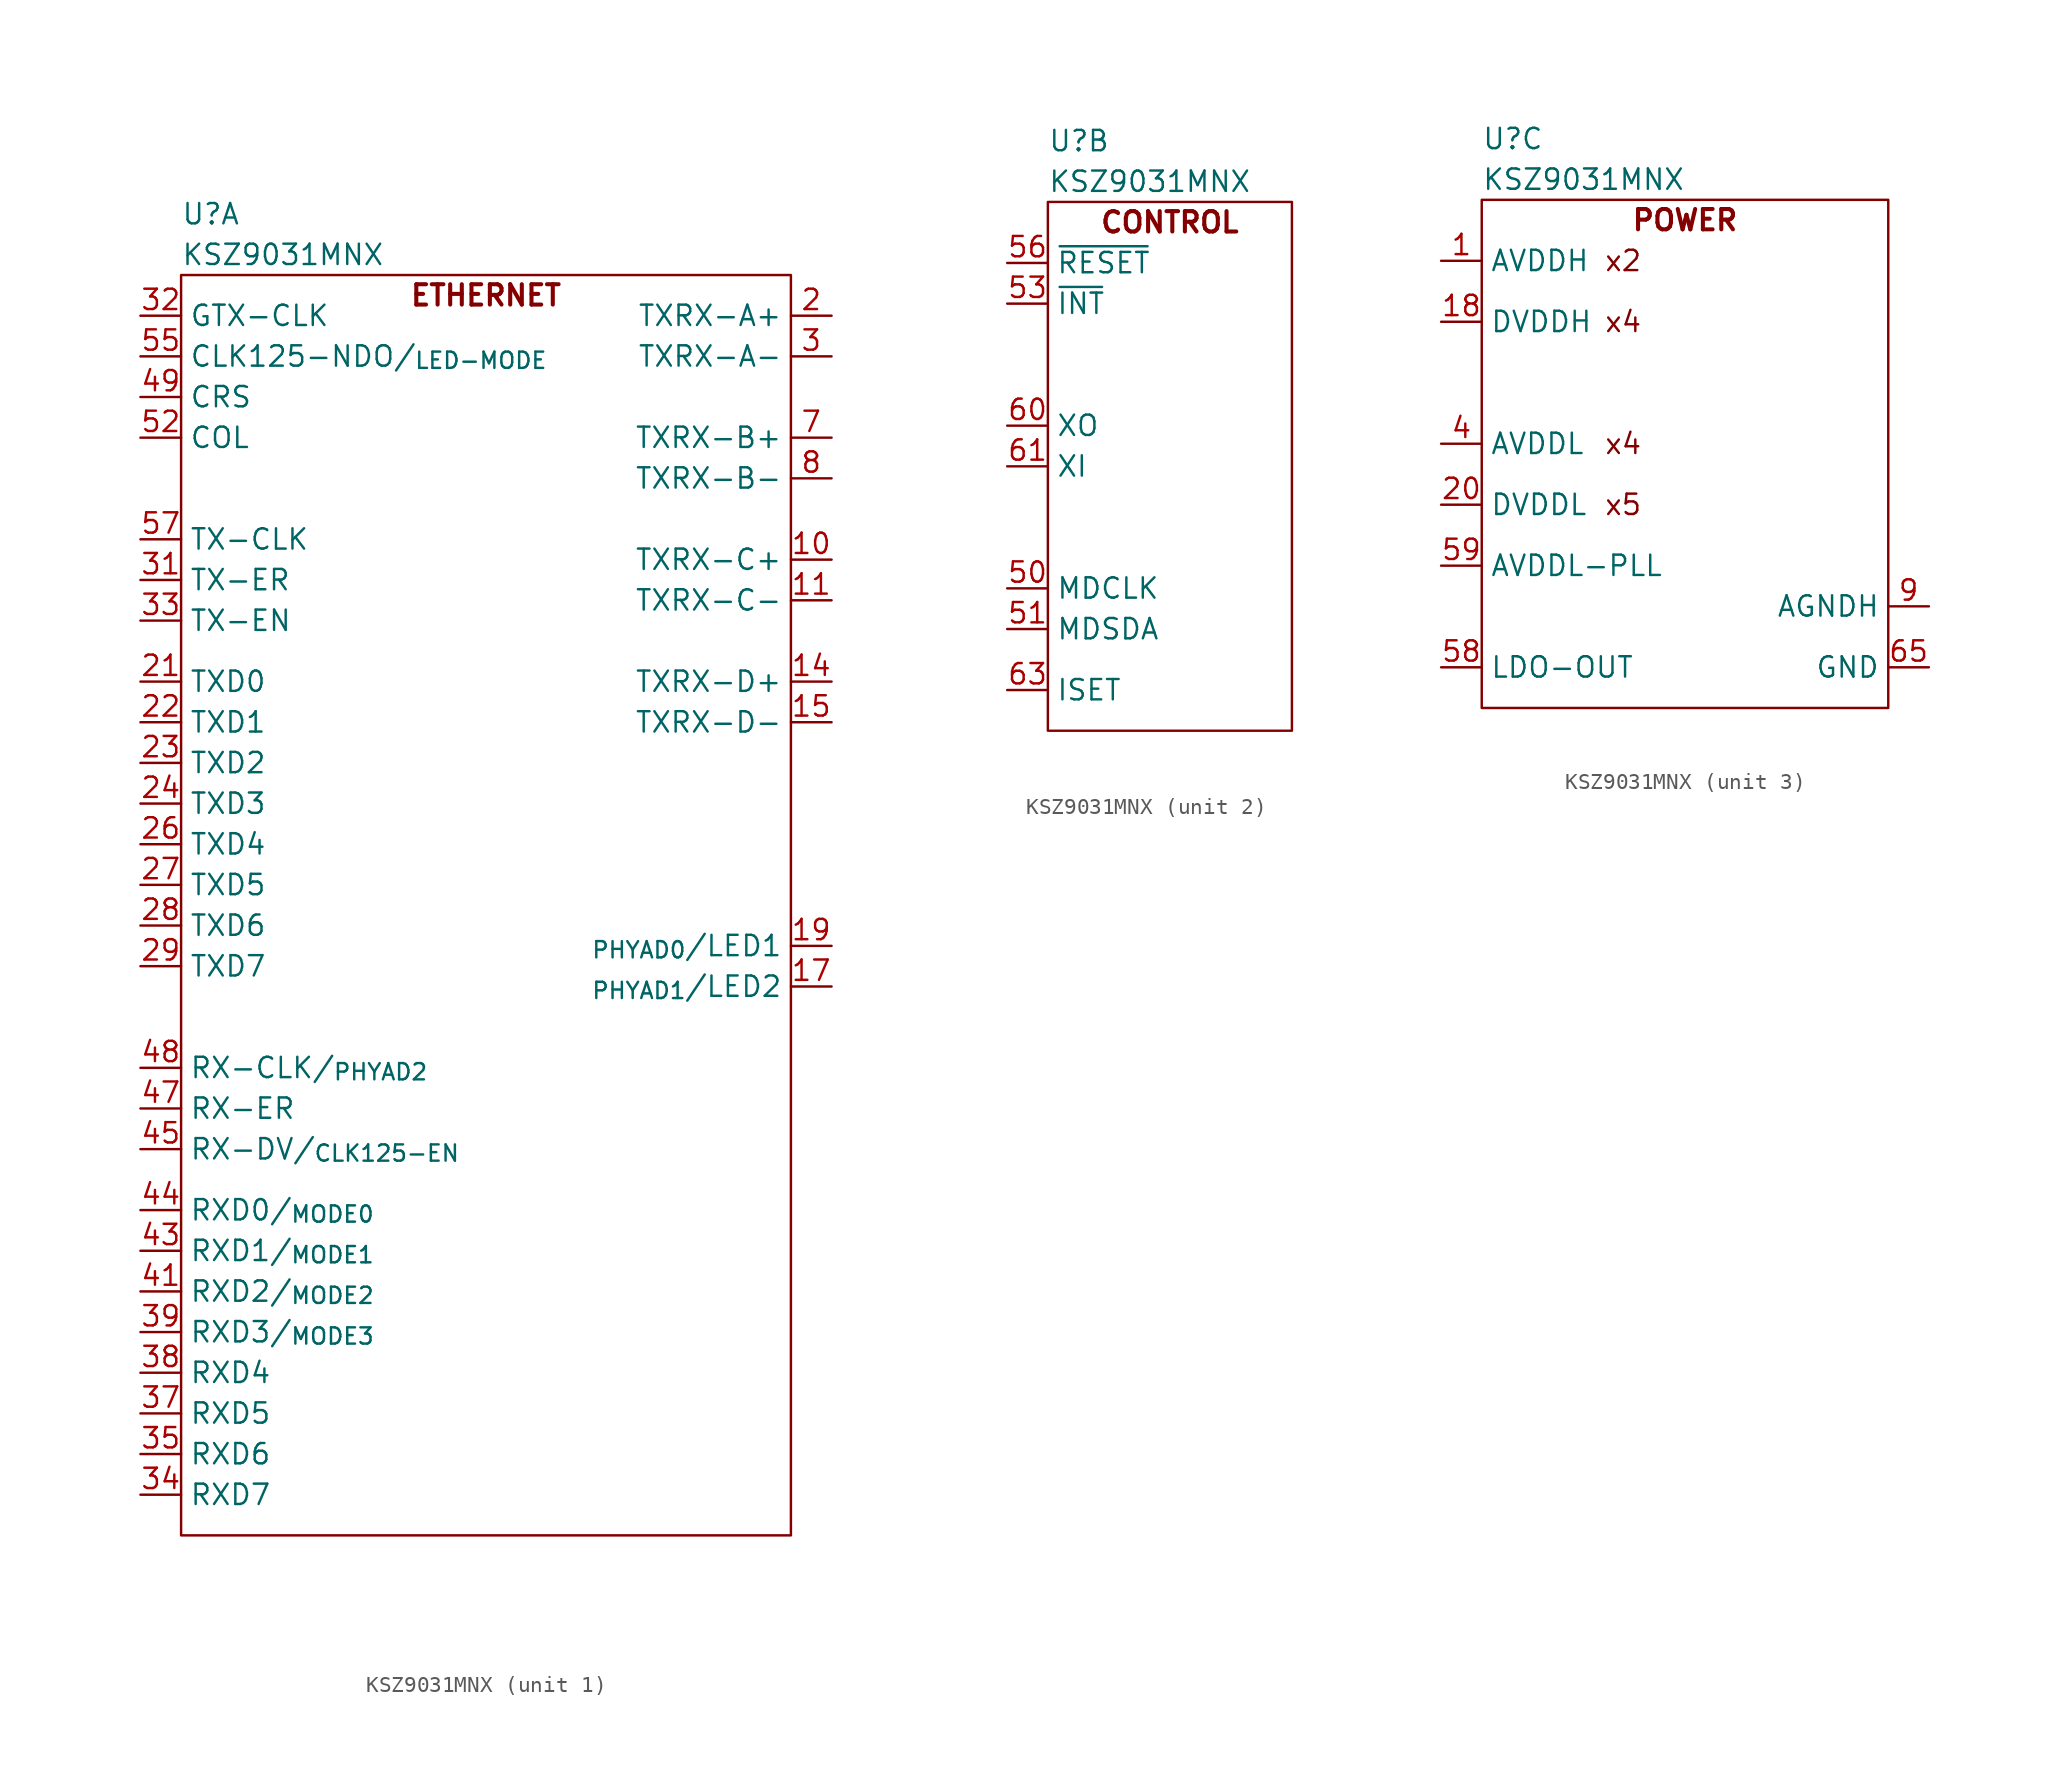
<source format=kicad_sym>
(kicad_symbol_lib
  (version 20231120)
  (generator "kicad_symbol_editor")
  (generator_version "8.0")
  (symbol "KSZ9031MNX"
    (property "Reference" "U"
      (at 0 3.81 0)
      (effects (font (size 1.27 1.27)) (justify left)))
    (property "Value" "KSZ9031MNX"
      (at 0 1.27 0)
      (effects (font (size 1.27 1.27)) (justify left)))
    (property "ki_locked" ""
      (at 0 0 0)
      (effects (font (size 1.27 1.27))))
    (symbol "KSZ9031MNX_1_0"
      (pin bidirectional line (at 40.64 -17.78 180) (length 2.54) (name "TXRX-C+" (effects (font (size 1.27 1.27)))) (number "10" (effects (font (size 1.27 1.27)))))
      (pin bidirectional line (at 40.64 -20.32 180) (length 2.54) (name "TXRX-C-" (effects (font (size 1.27 1.27)))) (number "11" (effects (font (size 1.27 1.27)))))
      (pin bidirectional line (at 40.64 -25.4 180) (length 2.54) (name "TXRX-D+" (effects (font (size 1.27 1.27)))) (number "14" (effects (font (size 1.27 1.27)))))
      (pin bidirectional line (at 40.64 -27.94 180) (length 2.54) (name "TXRX-D-" (effects (font (size 1.27 1.27)))) (number "15" (effects (font (size 1.27 1.27)))))
      (pin bidirectional line (at 40.64 -44.45 180) (length 2.54) (name "_{PHYAD1}/LED2" (effects (font (size 1.27 1.27)))) (number "17" (effects (font (size 1.27 1.27)))))
      (pin bidirectional line (at 40.64 -41.91 180) (length 2.54) (name "_{PHYAD0}/LED1" (effects (font (size 1.27 1.27)))) (number "19" (effects (font (size 1.27 1.27)))) (alternate "_{PHYAD0}/~{PME-N1}" bidirectional line))
      (pin bidirectional line (at 40.64 -2.54 180) (length 2.54) (name "TXRX-A+" (effects (font (size 1.27 1.27)))) (number "2" (effects (font (size 1.27 1.27)))))
      (pin input line (at -2.54 -25.4 0) (length 2.54) (name "TXD0" (effects (font (size 1.27 1.27)))) (number "21" (effects (font (size 1.27 1.27)))))
      (pin input line (at -2.54 -27.94 0) (length 2.54) (name "TXD1" (effects (font (size 1.27 1.27)))) (number "22" (effects (font (size 1.27 1.27)))))
      (pin input line (at -2.54 -30.48 0) (length 2.54) (name "TXD2" (effects (font (size 1.27 1.27)))) (number "23" (effects (font (size 1.27 1.27)))))
      (pin input line (at -2.54 -33.02 0) (length 2.54) (name "TXD3" (effects (font (size 1.27 1.27)))) (number "24" (effects (font (size 1.27 1.27)))))
      (pin input line (at -2.54 -35.56 0) (length 2.54) (name "TXD4" (effects (font (size 1.27 1.27)))) (number "26" (effects (font (size 1.27 1.27)))))
      (pin input line (at -2.54 -38.1 0) (length 2.54) (name "TXD5" (effects (font (size 1.27 1.27)))) (number "27" (effects (font (size 1.27 1.27)))))
      (pin input line (at -2.54 -40.64 0) (length 2.54) (name "TXD6" (effects (font (size 1.27 1.27)))) (number "28" (effects (font (size 1.27 1.27)))))
      (pin input line (at -2.54 -43.18 0) (length 2.54) (name "TXD7" (effects (font (size 1.27 1.27)))) (number "29" (effects (font (size 1.27 1.27)))))
      (pin bidirectional line (at 40.64 -5.08 180) (length 2.54) (name "TXRX-A-" (effects (font (size 1.27 1.27)))) (number "3" (effects (font (size 1.27 1.27)))))
      (pin input line (at -2.54 -19.05 0) (length 2.54) (name "TX-ER" (effects (font (size 1.27 1.27)))) (number "31" (effects (font (size 1.27 1.27)))))
      (pin input line (at -2.54 -2.54 0) (length 2.54) (name "GTX-CLK" (effects (font (size 1.27 1.27)))) (number "32" (effects (font (size 1.27 1.27)))))
      (pin input line (at -2.54 -21.59 0) (length 2.54) (name "TX-EN" (effects (font (size 1.27 1.27)))) (number "33" (effects (font (size 1.27 1.27)))))
      (pin output line (at -2.54 -76.2 0) (length 2.54) (name "RXD7" (effects (font (size 1.27 1.27)))) (number "34" (effects (font (size 1.27 1.27)))))
      (pin output line (at -2.54 -73.66 0) (length 2.54) (name "RXD6" (effects (font (size 1.27 1.27)))) (number "35" (effects (font (size 1.27 1.27)))))
      (pin output line (at -2.54 -71.12 0) (length 2.54) (name "RXD5" (effects (font (size 1.27 1.27)))) (number "37" (effects (font (size 1.27 1.27)))))
      (pin output line (at -2.54 -68.58 0) (length 2.54) (name "RXD4" (effects (font (size 1.27 1.27)))) (number "38" (effects (font (size 1.27 1.27)))))
      (pin bidirectional line (at -2.54 -66.04 0) (length 2.54) (name "RXD3/_{MODE3}" (effects (font (size 1.27 1.27)))) (number "39" (effects (font (size 1.27 1.27)))))
      (pin bidirectional line (at -2.54 -63.5 0) (length 2.54) (name "RXD2/_{MODE2}" (effects (font (size 1.27 1.27)))) (number "41" (effects (font (size 1.27 1.27)))))
      (pin bidirectional line (at -2.54 -60.96 0) (length 2.54) (name "RXD1/_{MODE1}" (effects (font (size 1.27 1.27)))) (number "43" (effects (font (size 1.27 1.27)))))
      (pin bidirectional line (at -2.54 -58.42 0) (length 2.54) (name "RXD0/_{MODE0}" (effects (font (size 1.27 1.27)))) (number "44" (effects (font (size 1.27 1.27)))))
      (pin bidirectional line (at -2.54 -54.61 0) (length 2.54) (name "RX-DV/_{CLK125-EN}" (effects (font (size 1.27 1.27)))) (number "45" (effects (font (size 1.27 1.27)))))
      (pin output line (at -2.54 -52.07 0) (length 2.54) (name "RX-ER" (effects (font (size 1.27 1.27)))) (number "47" (effects (font (size 1.27 1.27)))))
      (pin bidirectional line (at -2.54 -49.53 0) (length 2.54) (name "RX-CLK/_{PHYAD2}" (effects (font (size 1.27 1.27)))) (number "48" (effects (font (size 1.27 1.27)))))
      (pin output line (at -2.54 -7.62 0) (length 2.54) (name "CRS" (effects (font (size 1.27 1.27)))) (number "49" (effects (font (size 1.27 1.27)))))
      (pin output line (at -2.54 -10.16 0) (length 2.54) (name "COL" (effects (font (size 1.27 1.27)))) (number "52" (effects (font (size 1.27 1.27)))))
      (pin bidirectional line (at -2.54 -5.08 0) (length 2.54) (name "CLK125-NDO/_{LED-MODE}" (effects (font (size 1.27 1.27)))) (number "55" (effects (font (size 1.27 1.27)))))
      (pin output line (at -2.54 -16.51 0) (length 2.54) (name "TX-CLK" (effects (font (size 1.27 1.27)))) (number "57" (effects (font (size 1.27 1.27)))))
      (pin bidirectional line (at 40.64 -10.16 180) (length 2.54) (name "TXRX-B+" (effects (font (size 1.27 1.27)))) (number "7" (effects (font (size 1.27 1.27)))))
      (pin bidirectional line (at 40.64 -12.7 180) (length 2.54) (name "TXRX-B-" (effects (font (size 1.27 1.27)))) (number "8" (effects (font (size 1.27 1.27))))))
    (symbol "KSZ9031MNX_1_1"
      (rectangle (start 0 0) (end 38.1 -78.74) (stroke (width 0) (type default)) (fill (type none)))
      (text "ETHERNET" (at 19.05 -1.27 0) (effects (font (size 1.27 1.27) (bold yes)))))
    (symbol "KSZ9031MNX_2_0"
      (pin input line (at -2.54 -24.13 0) (length 2.54) (name "MDCLK" (effects (font (size 1.27 1.27)))) (number "50" (effects (font (size 1.27 1.27)))))
      (pin bidirectional line (at -2.54 -26.67 0) (length 2.54) (name "MDSDA" (effects (font (size 1.27 1.27)))) (number "51" (effects (font (size 1.27 1.27)))))
      (pin output line (at -2.54 -6.35 0) (length 2.54) (name "~{INT}" (effects (font (size 1.27 1.27)))) (number "53" (effects (font (size 1.27 1.27)))) (alternate "~{PME-N2}" output line))
      (pin input line (at -2.54 -3.81 0) (length 2.54) (name "~{RESET}" (effects (font (size 1.27 1.27)))) (number "56" (effects (font (size 1.27 1.27)))))
      (pin no_connect line (at 8.89 -10.16 90) (length 2.54) hide (name "NC" (effects (font (size 1.27 1.27)))) (number "6" (effects (font (size 1.27 1.27)))))
      (pin output line (at -2.54 -13.97 0) (length 2.54) (name "XO" (effects (font (size 1.27 1.27)))) (number "60" (effects (font (size 1.27 1.27)))))
      (pin input line (at -2.54 -16.51 0) (length 2.54) (name "XI" (effects (font (size 1.27 1.27)))) (number "61" (effects (font (size 1.27 1.27)))))
      (pin no_connect line (at 8.89 -10.16 90) (length 2.54) hide (name "NC" (effects (font (size 1.27 1.27)))) (number "62" (effects (font (size 1.27 1.27)))))
      (pin input line (at -2.54 -30.48 0) (length 2.54) (name "ISET" (effects (font (size 1.27 1.27)))) (number "63" (effects (font (size 1.27 1.27))))))
    (symbol "KSZ9031MNX_2_1"
      (rectangle (start 0 0) (end 15.24 -33.02) (stroke (width 0) (type default)) (fill (type none)))
      (text "CONTROL" (at 7.62 -1.27 0) (effects (font (size 1.27 1.27) (bold yes)))))
    (symbol "KSZ9031MNX_3_0"
      (pin power_in line (at -2.54 -3.81 0) (length 2.54) (name "AVDDH" (effects (font (size 1.27 1.27)))) (number "1" (effects (font (size 1.27 1.27)))))
      (pin power_in line (at -2.54 -15.24 0) (length 2.54) hide (name "AVDDL" (effects (font (size 1.27 1.27)))) (number "12" (effects (font (size 1.27 1.27)))))
      (pin power_in line (at -2.54 -15.24 0) (length 2.54) hide (name "AVDDL" (effects (font (size 1.27 1.27)))) (number "13" (effects (font (size 1.27 1.27)))))
      (pin power_in line (at -2.54 -3.81 0) (length 2.54) hide (name "AVDDH" (effects (font (size 1.27 1.27)))) (number "16" (effects (font (size 1.27 1.27)))))
      (pin power_in line (at -2.54 -7.62 0) (length 2.54) (name "DVDDH" (effects (font (size 1.27 1.27)))) (number "18" (effects (font (size 1.27 1.27)))))
      (pin power_in line (at -2.54 -19.05 0) (length 2.54) (name "DVDDL" (effects (font (size 1.27 1.27)))) (number "20" (effects (font (size 1.27 1.27)))))
      (pin power_in line (at -2.54 -19.05 0) (length 2.54) hide (name "DVDDL" (effects (font (size 1.27 1.27)))) (number "25" (effects (font (size 1.27 1.27)))))
      (pin power_in line (at -2.54 -7.62 0) (length 2.54) hide (name "DVDDH" (effects (font (size 1.27 1.27)))) (number "30" (effects (font (size 1.27 1.27)))))
      (pin power_in line (at -2.54 -19.05 0) (length 2.54) hide (name "DVDDL" (effects (font (size 1.27 1.27)))) (number "36" (effects (font (size 1.27 1.27)))))
      (pin power_in line (at -2.54 -15.24 0) (length 2.54) (name "AVDDL" (effects (font (size 1.27 1.27)))) (number "4" (effects (font (size 1.27 1.27)))))
      (pin power_in line (at -2.54 -7.62 0) (length 2.54) hide (name "DVDDH" (effects (font (size 1.27 1.27)))) (number "40" (effects (font (size 1.27 1.27)))))
      (pin power_in line (at -2.54 -19.05 0) (length 2.54) hide (name "DVDDL" (effects (font (size 1.27 1.27)))) (number "42" (effects (font (size 1.27 1.27)))))
      (pin power_in line (at -2.54 -7.62 0) (length 2.54) hide (name "DVDDH" (effects (font (size 1.27 1.27)))) (number "46" (effects (font (size 1.27 1.27)))))
      (pin power_in line (at -2.54 -15.24 0) (length 2.54) hide (name "AVDDL" (effects (font (size 1.27 1.27)))) (number "5" (effects (font (size 1.27 1.27)))))
      (pin power_in line (at -2.54 -19.05 0) (length 2.54) hide (name "DVDDL" (effects (font (size 1.27 1.27)))) (number "54" (effects (font (size 1.27 1.27)))))
      (pin power_out line (at -2.54 -29.21 0) (length 2.54) (name "LDO-OUT" (effects (font (size 1.27 1.27)))) (number "58" (effects (font (size 1.27 1.27)))))
      (pin power_in line (at -2.54 -22.86 0) (length 2.54) (name "AVDDL-PLL" (effects (font (size 1.27 1.27)))) (number "59" (effects (font (size 1.27 1.27)))))
      (pin power_in line (at 27.94 -25.4 180) (length 2.54) hide (name "AGNDH" (effects (font (size 1.27 1.27)))) (number "64" (effects (font (size 1.27 1.27)))))
      (pin power_in line (at 27.94 -29.21 180) (length 2.54) (name "GND" (effects (font (size 1.27 1.27)))) (number "65" (effects (font (size 1.27 1.27)))))
      (pin power_in line (at 27.94 -25.4 180) (length 2.54) (name "AGNDH" (effects (font (size 1.27 1.27)))) (number "9" (effects (font (size 1.27 1.27))))))
    (symbol "KSZ9031MNX_3_1"
      (rectangle (start 0 0) (end 25.4 -31.75) (stroke (width 0) (type default)) (fill (type none)))
      (text "POWER" (at 12.7 -1.27 0) (effects (font (size 1.27 1.27) (bold yes))))
      (text "x2" (at 7.62 -3.81 0) (effects (font (size 1.27 1.27)) (justify left)))
      (text "x4" (at 7.62 -15.24 0) (effects (font (size 1.27 1.27)) (justify left)))
      (text "x4" (at 7.62 -7.62 0) (effects (font (size 1.27 1.27)) (justify left)))
      (text "x5" (at 7.62 -19.05 0) (effects (font (size 1.27 1.27)) (justify left))))))
</source>
